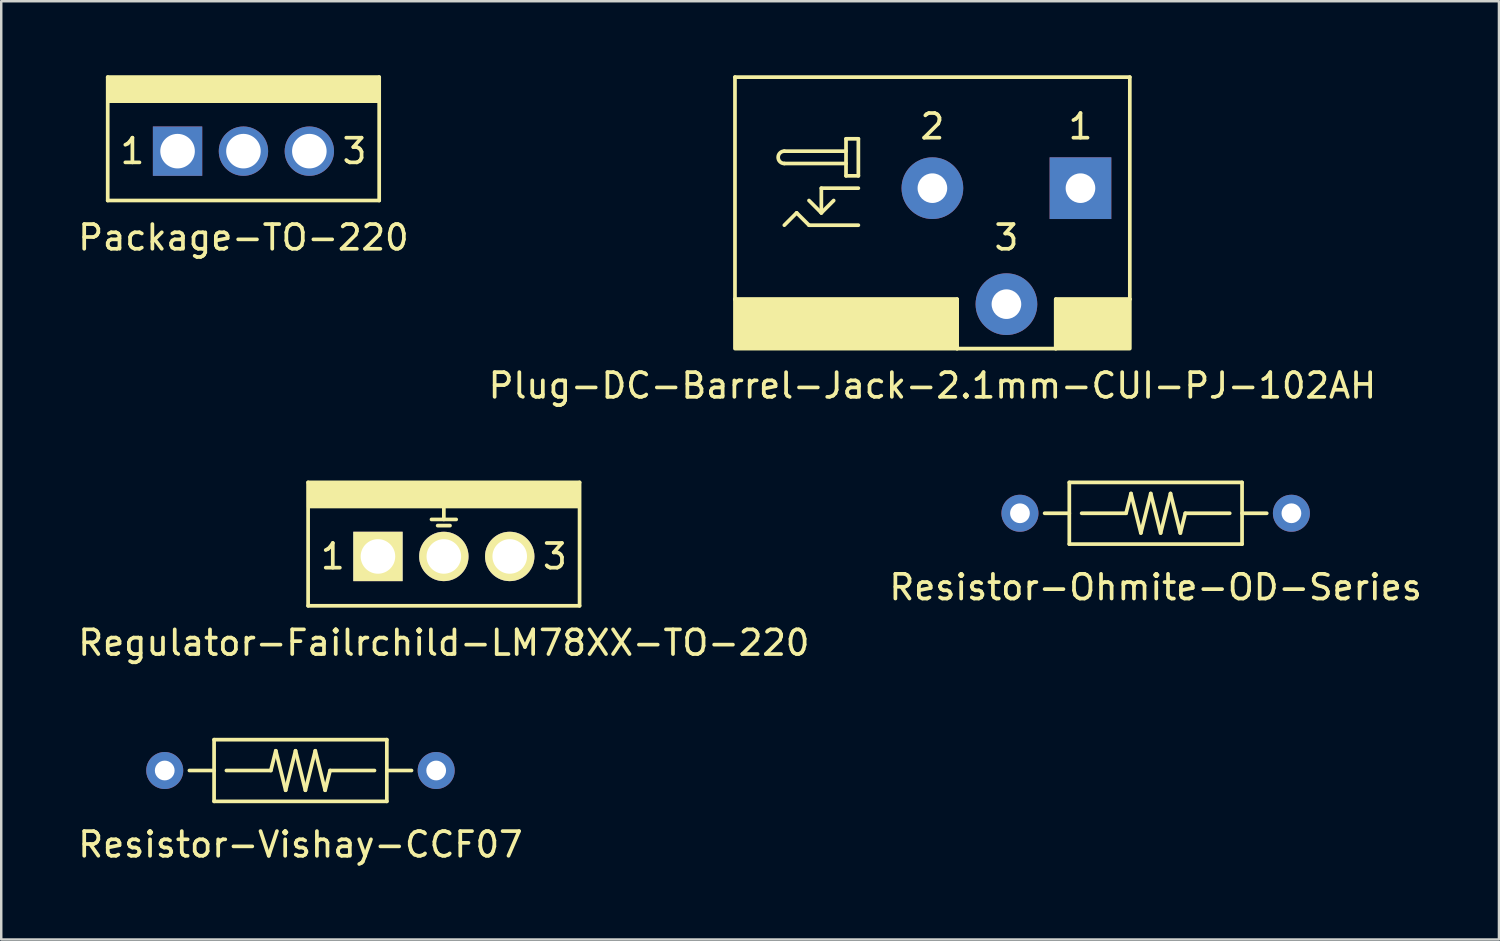
<source format=kicad_pcb>
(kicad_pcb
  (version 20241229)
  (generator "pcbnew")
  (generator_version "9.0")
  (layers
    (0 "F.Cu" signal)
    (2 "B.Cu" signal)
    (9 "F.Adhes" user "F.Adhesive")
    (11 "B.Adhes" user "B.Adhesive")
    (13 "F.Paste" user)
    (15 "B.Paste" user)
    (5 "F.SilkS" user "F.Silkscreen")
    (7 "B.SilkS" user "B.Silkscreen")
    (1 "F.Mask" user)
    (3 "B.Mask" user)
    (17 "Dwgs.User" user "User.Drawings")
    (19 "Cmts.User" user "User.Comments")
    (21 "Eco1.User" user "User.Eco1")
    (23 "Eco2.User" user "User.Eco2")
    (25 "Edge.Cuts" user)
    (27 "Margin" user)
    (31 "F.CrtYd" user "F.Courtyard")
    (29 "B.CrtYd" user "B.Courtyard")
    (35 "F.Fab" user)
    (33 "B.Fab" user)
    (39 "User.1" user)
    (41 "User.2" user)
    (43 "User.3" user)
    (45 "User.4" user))
  (footprint "Plug-DC-Barrel-Jack-2.1mm-CUI-PJ-102AH"
    (layer "F.Cu")
    (at 34.732 4.575)
    (property "Reference" "Plug-DC-Barrel-Jack-2.1mm-CUI-PJ-102AH" (at 0 8 0) (layer "F.SilkS") (effects (font (size 1 1) (thickness 0.15))))
    (attr through_hole)
    (fp_line (start -8 -4.5) (end 8 -4.5) (stroke (width 0.15) (type solid)) (layer "F.SilkS"))
    (fp_line (start -8 4.5) (end -8 -4.5) (stroke (width 0.15) (type solid)) (layer "F.SilkS"))
    (fp_line (start -6 -1.5) (end -3.5 -1.5) (stroke (width 0.15) (type solid)) (layer "F.SilkS"))
    (fp_line (start -6 1.5) (end -5.5 1) (stroke (width 0.15) (type solid)) (layer "F.SilkS"))
    (fp_line (start -5.5 1) (end -5 1.5) (stroke (width 0.15) (type solid)) (layer "F.SilkS"))
    (fp_line (start -5 1.5) (end -3 1.5) (stroke (width 0.15) (type solid)) (layer "F.SilkS"))
    (fp_line (start -4.5 0) (end -3 0) (stroke (width 0.15) (type solid)) (layer "F.SilkS"))
    (fp_line (start -4.5 1) (end -5 0.5) (stroke (width 0.15) (type solid)) (layer "F.SilkS"))
    (fp_line (start -4.5 1) (end -4.5 0) (stroke (width 0.15) (type solid)) (layer "F.SilkS"))
    (fp_line (start -4.5 1) (end -4 0.5) (stroke (width 0.15) (type solid)) (layer "F.SilkS"))
    (fp_line (start -3.5 -2) (end -3 -2) (stroke (width 0.15) (type solid)) (layer "F.SilkS"))
    (fp_line (start -3.5 -1) (end -6 -1) (stroke (width 0.15) (type solid)) (layer "F.SilkS"))
    (fp_line (start -3.5 -0.5) (end -3.5 -2) (stroke (width 0.15) (type solid)) (layer "F.SilkS"))
    (fp_line (start -3 -2) (end -3 -0.5) (stroke (width 0.15) (type solid)) (layer "F.SilkS"))
    (fp_line (start -3 -0.5) (end -3.5 -0.5) (stroke (width 0.15) (type solid)) (layer "F.SilkS"))
    (fp_line (start 1 4.5) (end -8 4.5) (stroke (width 0.15) (type solid)) (layer "F.SilkS"))
    (fp_line (start 1 6.5) (end 1 4.5) (stroke (width 0.15) (type solid)) (layer "F.SilkS"))
    (fp_line (start 5 6.5) (end 1 6.5) (stroke (width 0.15) (type solid)) (layer "F.SilkS"))
    (fp_line (start 5 6.5) (end 5 4.5) (stroke (width 0.15) (type solid)) (layer "F.SilkS"))
    (fp_line (start 8 4.5) (end 5 4.5) (stroke (width 0.15) (type solid)) (layer "F.SilkS"))
    (fp_line (start 8 4.5) (end 8 -4.5) (stroke (width 0.15) (type solid)) (layer "F.SilkS"))
    (fp_rect (start -8 4.5) (end 1 6.5) (stroke (width 0.15) (type solid)) (fill yes) (layer "F.SilkS"))
    (fp_rect (start 5 4.5) (end 8 6.5) (stroke (width 0.15) (type solid)) (fill yes) (layer "F.SilkS"))
    (fp_arc (start -6 -1) (mid -6.25 -1.25) (end -6 -1.5) (stroke (width 0.15) (type solid)) (layer "F.SilkS"))
    (fp_text user "1" (at 6 -2.5 0) (layer "F.SilkS") (effects (font (size 1 1) (thickness 0.15))))
    (fp_text user "2" (at 0 -2.5 0) (layer "F.SilkS") (effects (font (size 1 1) (thickness 0.15))))
    (fp_text user "3" (at 3 2 0) (layer "F.SilkS") (effects (font (size 1 1) (thickness 0.15))))
    (pad "1" thru_hole rect (at 6 0) (size 2.5 2.5) (drill 1.2) (layers "*.Cu" "*.Mask"))
    (pad "2" thru_hole circle (at 0 0) (size 2.5 2.5) (drill 1.2) (layers "*.Cu" "*.Mask"))
    (pad "3" thru_hole circle (at 3 4.7) (size 2.5 2.5) (drill 1.2) (layers "*.Cu" "*.Mask")))
  (footprint "Resistor-Vishay-CCF07"
    (layer "F.Cu")
    (at 9.125 28.172)
    (property "Reference" "Resistor-Vishay-CCF07" (at 0 3 0) (layer "F.SilkS") (effects (font (size 1 1) (thickness 0.15))))
    (attr through_hole)
    (fp_line (start -4.5 0) (end -3.5 0) (stroke (width 0.15) (type solid)) (layer "F.SilkS"))
    (fp_line (start -3.5 -1.25) (end -3.5 1.25) (stroke (width 0.15) (type solid)) (layer "F.SilkS"))
    (fp_line (start -3.5 -1.25) (end 3.5 -1.25) (stroke (width 0.15) (type solid)) (layer "F.SilkS"))
    (fp_line (start -1.2 0) (end -3 0) (stroke (width 0.15) (type solid)) (layer "F.SilkS"))
    (fp_line (start -1 -0.8) (end -1.2 0) (stroke (width 0.15) (type solid)) (layer "F.SilkS"))
    (fp_line (start -0.6 0.8) (end -1 -0.8) (stroke (width 0.15) (type solid)) (layer "F.SilkS"))
    (fp_line (start -0.2 -0.8) (end -0.6 0.8) (stroke (width 0.15) (type solid)) (layer "F.SilkS"))
    (fp_line (start 0.2 0.8) (end -0.2 -0.8) (stroke (width 0.15) (type solid)) (layer "F.SilkS"))
    (fp_line (start 0.2 0.8) (end 0.6 -0.8) (stroke (width 0.15) (type solid)) (layer "F.SilkS"))
    (fp_line (start 0.6 -0.8) (end 1 0.8) (stroke (width 0.15) (type solid)) (layer "F.SilkS"))
    (fp_line (start 1 0.8) (end 1.2 0) (stroke (width 0.15) (type solid)) (layer "F.SilkS"))
    (fp_line (start 1.2 0) (end 3 0) (stroke (width 0.15) (type solid)) (layer "F.SilkS"))
    (fp_line (start 3.5 1.25) (end -3.5 1.25) (stroke (width 0.15) (type solid)) (layer "F.SilkS"))
    (fp_line (start 3.5 1.25) (end 3.5 -1.25) (stroke (width 0.15) (type solid)) (layer "F.SilkS"))
    (fp_line (start 4.5 0) (end 3.5 0) (stroke (width 0.15) (type solid)) (layer "F.SilkS"))
    (pad "1" thru_hole circle (at -5.5 0) (size 1.5 1.5) (drill 0.8) (layers "*.Cu" "*.Mask"))
    (pad "2" thru_hole circle (at 5.5 0) (size 1.5 1.5) (drill 0.8) (layers "*.Cu" "*.Mask")))
  (footprint "Package-TO-220"
    (layer "F.Cu")
    (at 6.815 3.075)
    (property "Reference" "Package-TO-220" (at 0 3.5 0) (layer "F.SilkS") (effects (font (size 1 1) (thickness 0.15))))
    (attr through_hole)
    (fp_line (start -5.5 -3) (end -5.5 2) (stroke (width 0.15) (type solid)) (layer "F.SilkS"))
    (fp_line (start -5.5 -3) (end 5.5 -3) (stroke (width 0.15) (type solid)) (layer "F.SilkS"))
    (fp_line (start -5.5 2) (end 5.5 2) (stroke (width 0.15) (type solid)) (layer "F.SilkS"))
    (fp_line (start 5.5 2) (end 5.5 -3) (stroke (width 0.15) (type solid)) (layer "F.SilkS"))
    (fp_rect (start -5.5 -3) (end 5.5 -2) (stroke (width 0.1) (type solid)) (fill yes) (layer "F.SilkS"))
    (fp_text user "1" (at -4.5 0 0) (layer "F.SilkS") (effects (font (size 1 1) (thickness 0.15))))
    (fp_text user "3" (at 4.5 0 0) (layer "F.SilkS") (effects (font (size 1 1) (thickness 0.15))))
    (pad "1" thru_hole rect (at -2.67 0) (size 2 2) (drill oval 1.4) (layers "*.Cu" "*.Mask"))
    (pad "2" thru_hole circle (at 0 0) (size 2 2) (drill oval 1.4) (layers "*.Cu" "*.Mask"))
    (pad "3" thru_hole circle (at 2.67 0) (size 2 2) (drill oval 1.4) (layers "*.Cu" "*.Mask")))
  (footprint "Regulator-Failrchild-LM78XX-TO-220"
    (layer "F.Cu")
    (at 14.935 19.498)
    (property "Reference" "Regulator-Failrchild-LM78XX-TO-220" (at 0 3.5 0) (layer "F.SilkS") (effects (font (size 1 1) (thickness 0.15))))
    (attr through_hole)
    (fp_line (start -5.5 -3) (end -5.5 2) (stroke (width 0.15) (type solid)) (layer "F.SilkS"))
    (fp_line (start -5.5 -3) (end 5.5 -3) (stroke (width 0.15) (type solid)) (layer "F.SilkS"))
    (fp_line (start -5.5 2) (end 5.5 2) (stroke (width 0.15) (type solid)) (layer "F.SilkS"))
    (fp_line (start -0.5 -1.5) (end 0.5 -1.5) (stroke (width 0.15) (type solid)) (layer "F.SilkS"))
    (fp_line (start -0.25 -1.25) (end 0.25 -1.25) (stroke (width 0.15) (type solid)) (layer "F.SilkS"))
    (fp_line (start 0 -1.5) (end 0 -2) (stroke (width 0.15) (type solid)) (layer "F.SilkS"))
    (fp_line (start 5.5 2) (end 5.5 -3) (stroke (width 0.15) (type solid)) (layer "F.SilkS"))
    (fp_rect (start -5.5 -3) (end 5.5 -2) (stroke (width 0.1) (type solid)) (fill yes) (layer "F.SilkS"))
    (fp_text user "3" (at 4.5 0 0) (layer "F.SilkS") (effects (font (size 1 1) (thickness 0.15))))
    (fp_text user "1" (at -4.5 0 0) (layer "F.SilkS") (effects (font (size 1 1) (thickness 0.15))))
    (pad "GND" thru_hole circle (at 0 0) (size 2 2) (drill oval 1.4) (layers "*.Cu" "*.Mask" "F.SilkS"))
    (pad "VI" thru_hole rect (at -2.67 0) (size 2 2) (drill oval 1.4) (layers "*.Cu" "*.Mask" "F.SilkS"))
    (pad "VO" thru_hole circle (at 2.67 0) (size 2 2) (drill oval 1.4) (layers "*.Cu" "*.Mask" "F.SilkS")))
  (footprint "Resistor-Ohmite-OD-Series"
    (layer "F.Cu")
    (at 43.78 17.748)
    (property "Reference" "Resistor-Ohmite-OD-Series" (at 0 3 0) (layer "F.SilkS") (effects (font (size 1 1) (thickness 0.15))))
    (attr through_hole)
    (fp_line (start -4.5 0) (end -3.5 0) (stroke (width 0.15) (type solid)) (layer "F.SilkS"))
    (fp_line (start -3.5 -1.25) (end -3.5 1.25) (stroke (width 0.15) (type solid)) (layer "F.SilkS"))
    (fp_line (start -3.5 -1.25) (end 3.5 -1.25) (stroke (width 0.15) (type solid)) (layer "F.SilkS"))
    (fp_line (start -1.2 0) (end -3 0) (stroke (width 0.15) (type solid)) (layer "F.SilkS"))
    (fp_line (start -1 -0.8) (end -1.2 0) (stroke (width 0.15) (type solid)) (layer "F.SilkS"))
    (fp_line (start -0.6 0.8) (end -1 -0.8) (stroke (width 0.15) (type solid)) (layer "F.SilkS"))
    (fp_line (start -0.2 -0.8) (end -0.6 0.8) (stroke (width 0.15) (type solid)) (layer "F.SilkS"))
    (fp_line (start 0.2 0.8) (end -0.2 -0.8) (stroke (width 0.15) (type solid)) (layer "F.SilkS"))
    (fp_line (start 0.2 0.8) (end 0.6 -0.8) (stroke (width 0.15) (type solid)) (layer "F.SilkS"))
    (fp_line (start 0.6 -0.8) (end 1 0.8) (stroke (width 0.15) (type solid)) (layer "F.SilkS"))
    (fp_line (start 1 0.8) (end 1.2 0) (stroke (width 0.15) (type solid)) (layer "F.SilkS"))
    (fp_line (start 1.2 0) (end 3 0) (stroke (width 0.15) (type solid)) (layer "F.SilkS"))
    (fp_line (start 3.5 1.25) (end -3.5 1.25) (stroke (width 0.15) (type solid)) (layer "F.SilkS"))
    (fp_line (start 3.5 1.25) (end 3.5 -1.25) (stroke (width 0.15) (type solid)) (layer "F.SilkS"))
    (fp_line (start 4.5 0) (end 3.5 0) (stroke (width 0.15) (type solid)) (layer "F.SilkS"))
    (pad "1" thru_hole circle (at -5.5 0) (size 1.5 1.5) (drill 0.8) (layers "*.Cu" "*.Mask"))
    (pad "2" thru_hole circle (at 5.5 0) (size 1.5 1.5) (drill 0.8) (layers "*.Cu" "*.Mask")))
  (gr_rect
    (start -3 -3)
    (end 57.69 35.02)
    (stroke (width 0.1) (type default))
    (fill no)
    (layer "Edge.Cuts")))
</source>
